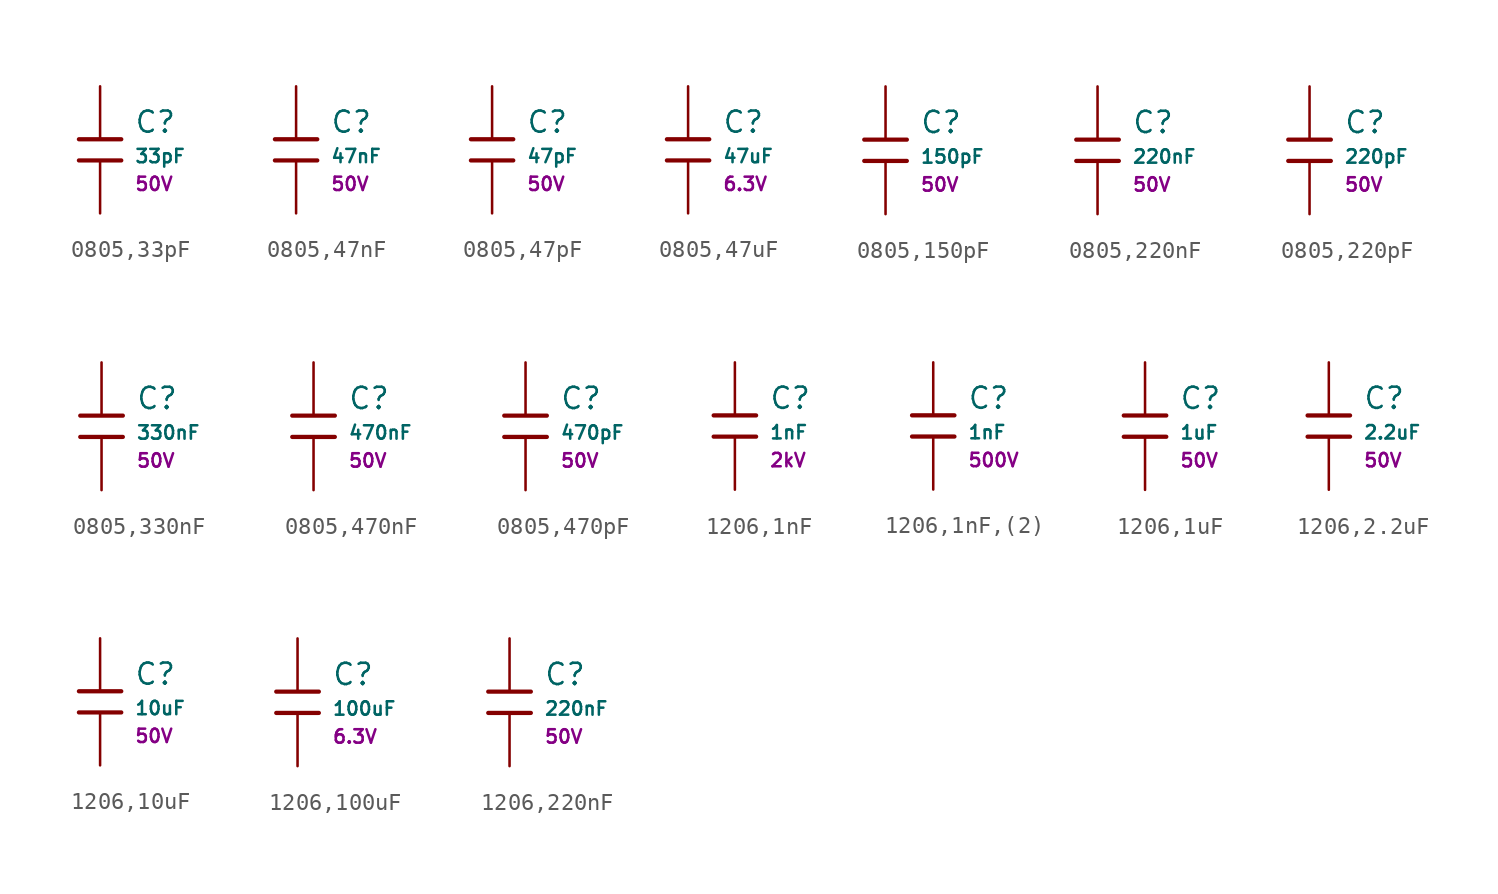
<source format=kicad_sym>
(kicad_symbol_lib
  (version 20231120)
  (generator "CDFER")
  (generator_version "8.0")
  (symbol "0805,33pF"
    (pin_numbers hide)
    (pin_names
      (offset 0))
    (property "Reference" "C"
      (at 2.032 1.668 0)
      (effects (font (size 1.27 1.27)) (justify left)))
    (property "Value" "33pF"
      (at 2.032 -0.378 0)
      (effects (font (size 0.8 0.8)) (justify left)))
    (property "Voltage Rated" "50V"
      (at 2.032 -2.046 0)
      (effects (font (size 0.8 0.8)) (justify left)))
    (symbol "0805,33pF_0_1"
      (polyline (pts (xy -1.27 0.635) (xy 1.27 0.635)) (stroke (width 0.254) (type default)) (fill (type none))))
    (symbol "0805,33pF_0_1"
      (polyline (pts (xy -1.27 -0.635) (xy 1.27 -0.635)) (stroke (width 0.254) (type default)) (fill (type none))))
    (symbol "0805,33pF_1_1"
      (pin passive line (at 0 3.81 270) (length 3.175) (name "~" (effects (font (size 1.27 1.27)))) (number "1" (effects (font (size 1.27 1.27)))))
      (pin passive line (at 0 -3.81 90) (length 3.175) (name "~" (effects (font (size 1.27 1.27)))) (number "2" (effects (font (size 1.27 1.27)))))))
  (symbol "0805,47nF"
    (pin_numbers hide)
    (pin_names
      (offset 0))
    (property "Reference" "C"
      (at 2.032 1.668 0)
      (effects (font (size 1.27 1.27)) (justify left)))
    (property "Value" "47nF"
      (at 2.032 -0.378 0)
      (effects (font (size 0.8 0.8)) (justify left)))
    (property "Voltage Rated" "50V"
      (at 2.032 -2.046 0)
      (effects (font (size 0.8 0.8)) (justify left)))
    (symbol "0805,47nF_0_1"
      (polyline (pts (xy -1.27 0.635) (xy 1.27 0.635)) (stroke (width 0.254) (type default)) (fill (type none))))
    (symbol "0805,47nF_0_1"
      (polyline (pts (xy -1.27 -0.635) (xy 1.27 -0.635)) (stroke (width 0.254) (type default)) (fill (type none))))
    (symbol "0805,47nF_1_1"
      (pin passive line (at 0 3.81 270) (length 3.175) (name "~" (effects (font (size 1.27 1.27)))) (number "1" (effects (font (size 1.27 1.27)))))
      (pin passive line (at 0 -3.81 90) (length 3.175) (name "~" (effects (font (size 1.27 1.27)))) (number "2" (effects (font (size 1.27 1.27)))))))
  (symbol "0805,47pF"
    (pin_numbers hide)
    (pin_names
      (offset 0))
    (property "Reference" "C"
      (at 2.032 1.668 0)
      (effects (font (size 1.27 1.27)) (justify left)))
    (property "Value" "47pF"
      (at 2.032 -0.378 0)
      (effects (font (size 0.8 0.8)) (justify left)))
    (property "Voltage Rated" "50V"
      (at 2.032 -2.046 0)
      (effects (font (size 0.8 0.8)) (justify left)))
    (symbol "0805,47pF_0_1"
      (polyline (pts (xy -1.27 0.635) (xy 1.27 0.635)) (stroke (width 0.254) (type default)) (fill (type none))))
    (symbol "0805,47pF_0_1"
      (polyline (pts (xy -1.27 -0.635) (xy 1.27 -0.635)) (stroke (width 0.254) (type default)) (fill (type none))))
    (symbol "0805,47pF_1_1"
      (pin passive line (at 0 3.81 270) (length 3.175) (name "~" (effects (font (size 1.27 1.27)))) (number "1" (effects (font (size 1.27 1.27)))))
      (pin passive line (at 0 -3.81 90) (length 3.175) (name "~" (effects (font (size 1.27 1.27)))) (number "2" (effects (font (size 1.27 1.27)))))))
  (symbol "0805,47uF"
    (pin_numbers hide)
    (pin_names
      (offset 0))
    (property "Reference" "C"
      (at 2.032 1.668 0)
      (effects (font (size 1.27 1.27)) (justify left)))
    (property "Value" "47uF"
      (at 2.032 -0.378 0)
      (effects (font (size 0.8 0.8)) (justify left)))
    (property "Voltage Rated" "6.3V"
      (at 2.032 -2.046 0)
      (effects (font (size 0.8 0.8)) (justify left)))
    (symbol "0805,47uF_0_1"
      (polyline (pts (xy -1.27 0.635) (xy 1.27 0.635)) (stroke (width 0.254) (type default)) (fill (type none))))
    (symbol "0805,47uF_0_1"
      (polyline (pts (xy -1.27 -0.635) (xy 1.27 -0.635)) (stroke (width 0.254) (type default)) (fill (type none))))
    (symbol "0805,47uF_1_1"
      (pin passive line (at 0 3.81 270) (length 3.175) (name "~" (effects (font (size 1.27 1.27)))) (number "1" (effects (font (size 1.27 1.27)))))
      (pin passive line (at 0 -3.81 90) (length 3.175) (name "~" (effects (font (size 1.27 1.27)))) (number "2" (effects (font (size 1.27 1.27)))))))
  (symbol "0805,150pF"
    (pin_numbers hide)
    (pin_names
      (offset 0))
    (property "Reference" "C"
      (at 2.032 1.668 0)
      (effects (font (size 1.27 1.27)) (justify left)))
    (property "Value" "150pF"
      (at 2.032 -0.378 0)
      (effects (font (size 0.8 0.8)) (justify left)))
    (property "Voltage Rated" "50V"
      (at 2.032 -2.046 0)
      (effects (font (size 0.8 0.8)) (justify left)))
    (symbol "0805,150pF_0_1"
      (polyline (pts (xy -1.27 0.635) (xy 1.27 0.635)) (stroke (width 0.254) (type default)) (fill (type none))))
    (symbol "0805,150pF_0_1"
      (polyline (pts (xy -1.27 -0.635) (xy 1.27 -0.635)) (stroke (width 0.254) (type default)) (fill (type none))))
    (symbol "0805,150pF_1_1"
      (pin passive line (at 0 3.81 270) (length 3.175) (name "~" (effects (font (size 1.27 1.27)))) (number "1" (effects (font (size 1.27 1.27)))))
      (pin passive line (at 0 -3.81 90) (length 3.175) (name "~" (effects (font (size 1.27 1.27)))) (number "2" (effects (font (size 1.27 1.27)))))))
  (symbol "0805,220nF"
    (pin_numbers hide)
    (pin_names
      (offset 0))
    (property "Reference" "C"
      (at 2.032 1.668 0)
      (effects (font (size 1.27 1.27)) (justify left)))
    (property "Value" "220nF"
      (at 2.032 -0.378 0)
      (effects (font (size 0.8 0.8)) (justify left)))
    (property "Voltage Rated" "50V"
      (at 2.032 -2.046 0)
      (effects (font (size 0.8 0.8)) (justify left)))
    (symbol "0805,220nF_0_1"
      (polyline (pts (xy -1.27 0.635) (xy 1.27 0.635)) (stroke (width 0.254) (type default)) (fill (type none))))
    (symbol "0805,220nF_0_1"
      (polyline (pts (xy -1.27 -0.635) (xy 1.27 -0.635)) (stroke (width 0.254) (type default)) (fill (type none))))
    (symbol "0805,220nF_1_1"
      (pin passive line (at 0 3.81 270) (length 3.175) (name "~" (effects (font (size 1.27 1.27)))) (number "1" (effects (font (size 1.27 1.27)))))
      (pin passive line (at 0 -3.81 90) (length 3.175) (name "~" (effects (font (size 1.27 1.27)))) (number "2" (effects (font (size 1.27 1.27)))))))
  (symbol "0805,220pF"
    (pin_numbers hide)
    (pin_names
      (offset 0))
    (property "Reference" "C"
      (at 2.032 1.668 0)
      (effects (font (size 1.27 1.27)) (justify left)))
    (property "Value" "220pF"
      (at 2.032 -0.378 0)
      (effects (font (size 0.8 0.8)) (justify left)))
    (property "Voltage Rated" "50V"
      (at 2.032 -2.046 0)
      (effects (font (size 0.8 0.8)) (justify left)))
    (symbol "0805,220pF_0_1"
      (polyline (pts (xy -1.27 0.635) (xy 1.27 0.635)) (stroke (width 0.254) (type default)) (fill (type none))))
    (symbol "0805,220pF_0_1"
      (polyline (pts (xy -1.27 -0.635) (xy 1.27 -0.635)) (stroke (width 0.254) (type default)) (fill (type none))))
    (symbol "0805,220pF_1_1"
      (pin passive line (at 0 3.81 270) (length 3.175) (name "~" (effects (font (size 1.27 1.27)))) (number "1" (effects (font (size 1.27 1.27)))))
      (pin passive line (at 0 -3.81 90) (length 3.175) (name "~" (effects (font (size 1.27 1.27)))) (number "2" (effects (font (size 1.27 1.27)))))))
  (symbol "0805,330nF"
    (pin_numbers hide)
    (pin_names
      (offset 0))
    (property "Reference" "C"
      (at 2.032 1.668 0)
      (effects (font (size 1.27 1.27)) (justify left)))
    (property "Value" "330nF"
      (at 2.032 -0.378 0)
      (effects (font (size 0.8 0.8)) (justify left)))
    (property "Voltage Rated" "50V"
      (at 2.032 -2.046 0)
      (effects (font (size 0.8 0.8)) (justify left)))
    (symbol "0805,330nF_0_1"
      (polyline (pts (xy -1.27 0.635) (xy 1.27 0.635)) (stroke (width 0.254) (type default)) (fill (type none))))
    (symbol "0805,330nF_0_1"
      (polyline (pts (xy -1.27 -0.635) (xy 1.27 -0.635)) (stroke (width 0.254) (type default)) (fill (type none))))
    (symbol "0805,330nF_1_1"
      (pin passive line (at 0 3.81 270) (length 3.175) (name "~" (effects (font (size 1.27 1.27)))) (number "1" (effects (font (size 1.27 1.27)))))
      (pin passive line (at 0 -3.81 90) (length 3.175) (name "~" (effects (font (size 1.27 1.27)))) (number "2" (effects (font (size 1.27 1.27)))))))
  (symbol "0805,470nF"
    (pin_numbers hide)
    (pin_names
      (offset 0))
    (property "Reference" "C"
      (at 2.032 1.668 0)
      (effects (font (size 1.27 1.27)) (justify left)))
    (property "Value" "470nF"
      (at 2.032 -0.378 0)
      (effects (font (size 0.8 0.8)) (justify left)))
    (property "Voltage Rated" "50V"
      (at 2.032 -2.046 0)
      (effects (font (size 0.8 0.8)) (justify left)))
    (symbol "0805,470nF_0_1"
      (polyline (pts (xy -1.27 0.635) (xy 1.27 0.635)) (stroke (width 0.254) (type default)) (fill (type none))))
    (symbol "0805,470nF_0_1"
      (polyline (pts (xy -1.27 -0.635) (xy 1.27 -0.635)) (stroke (width 0.254) (type default)) (fill (type none))))
    (symbol "0805,470nF_1_1"
      (pin passive line (at 0 3.81 270) (length 3.175) (name "~" (effects (font (size 1.27 1.27)))) (number "1" (effects (font (size 1.27 1.27)))))
      (pin passive line (at 0 -3.81 90) (length 3.175) (name "~" (effects (font (size 1.27 1.27)))) (number "2" (effects (font (size 1.27 1.27)))))))
  (symbol "0805,470pF"
    (pin_numbers hide)
    (pin_names
      (offset 0))
    (property "Reference" "C"
      (at 2.032 1.668 0)
      (effects (font (size 1.27 1.27)) (justify left)))
    (property "Value" "470pF"
      (at 2.032 -0.378 0)
      (effects (font (size 0.8 0.8)) (justify left)))
    (property "Voltage Rated" "50V"
      (at 2.032 -2.046 0)
      (effects (font (size 0.8 0.8)) (justify left)))
    (symbol "0805,470pF_0_1"
      (polyline (pts (xy -1.27 0.635) (xy 1.27 0.635)) (stroke (width 0.254) (type default)) (fill (type none))))
    (symbol "0805,470pF_0_1"
      (polyline (pts (xy -1.27 -0.635) (xy 1.27 -0.635)) (stroke (width 0.254) (type default)) (fill (type none))))
    (symbol "0805,470pF_1_1"
      (pin passive line (at 0 3.81 270) (length 3.175) (name "~" (effects (font (size 1.27 1.27)))) (number "1" (effects (font (size 1.27 1.27)))))
      (pin passive line (at 0 -3.81 90) (length 3.175) (name "~" (effects (font (size 1.27 1.27)))) (number "2" (effects (font (size 1.27 1.27)))))))
  (symbol "1206,1nF"
    (pin_numbers hide)
    (pin_names
      (offset 0))
    (property "Reference" "C"
      (at 2.032 1.668 0)
      (effects (font (size 1.27 1.27)) (justify left)))
    (property "Value" "1nF"
      (at 2.032 -0.378 0)
      (effects (font (size 0.8 0.8)) (justify left)))
    (property "Voltage Rated" "2kV"
      (at 2.032 -2.046 0)
      (effects (font (size 0.8 0.8)) (justify left)))
    (symbol "1206,1nF_0_1"
      (polyline (pts (xy -1.27 0.635) (xy 1.27 0.635)) (stroke (width 0.254) (type default)) (fill (type none))))
    (symbol "1206,1nF_0_1"
      (polyline (pts (xy -1.27 -0.635) (xy 1.27 -0.635)) (stroke (width 0.254) (type default)) (fill (type none))))
    (symbol "1206,1nF_1_1"
      (pin passive line (at 0 3.81 270) (length 3.175) (name "~" (effects (font (size 1.27 1.27)))) (number "1" (effects (font (size 1.27 1.27)))))
      (pin passive line (at 0 -3.81 90) (length 3.175) (name "~" (effects (font (size 1.27 1.27)))) (number "2" (effects (font (size 1.27 1.27)))))))
  (symbol "1206,1nF,(2)"
    (pin_numbers hide)
    (pin_names
      (offset 0))
    (property "Reference" "C"
      (at 2.032 1.668 0)
      (effects (font (size 1.27 1.27)) (justify left)))
    (property "Value" "1nF"
      (at 2.032 -0.378 0)
      (effects (font (size 0.8 0.8)) (justify left)))
    (property "Voltage Rated" "500V"
      (at 2.032 -2.046 0)
      (effects (font (size 0.8 0.8)) (justify left)))
    (symbol "1206,1nF,(2)_0_1"
      (polyline (pts (xy -1.27 0.635) (xy 1.27 0.635)) (stroke (width 0.254) (type default)) (fill (type none))))
    (symbol "1206,1nF,(2)_0_1"
      (polyline (pts (xy -1.27 -0.635) (xy 1.27 -0.635)) (stroke (width 0.254) (type default)) (fill (type none))))
    (symbol "1206,1nF,(2)_1_1"
      (pin passive line (at 0 3.81 270) (length 3.175) (name "~" (effects (font (size 1.27 1.27)))) (number "1" (effects (font (size 1.27 1.27)))))
      (pin passive line (at 0 -3.81 90) (length 3.175) (name "~" (effects (font (size 1.27 1.27)))) (number "2" (effects (font (size 1.27 1.27)))))))
  (symbol "1206,1uF"
    (pin_numbers hide)
    (pin_names
      (offset 0))
    (property "Reference" "C"
      (at 2.032 1.668 0)
      (effects (font (size 1.27 1.27)) (justify left)))
    (property "Value" "1uF"
      (at 2.032 -0.378 0)
      (effects (font (size 0.8 0.8)) (justify left)))
    (property "Voltage Rated" "50V"
      (at 2.032 -2.046 0)
      (effects (font (size 0.8 0.8)) (justify left)))
    (symbol "1206,1uF_0_1"
      (polyline (pts (xy -1.27 0.635) (xy 1.27 0.635)) (stroke (width 0.254) (type default)) (fill (type none))))
    (symbol "1206,1uF_0_1"
      (polyline (pts (xy -1.27 -0.635) (xy 1.27 -0.635)) (stroke (width 0.254) (type default)) (fill (type none))))
    (symbol "1206,1uF_1_1"
      (pin passive line (at 0 3.81 270) (length 3.175) (name "~" (effects (font (size 1.27 1.27)))) (number "1" (effects (font (size 1.27 1.27)))))
      (pin passive line (at 0 -3.81 90) (length 3.175) (name "~" (effects (font (size 1.27 1.27)))) (number "2" (effects (font (size 1.27 1.27)))))))
  (symbol "1206,2.2uF"
    (pin_numbers hide)
    (pin_names
      (offset 0))
    (property "Reference" "C"
      (at 2.032 1.668 0)
      (effects (font (size 1.27 1.27)) (justify left)))
    (property "Value" "2.2uF"
      (at 2.032 -0.378 0)
      (effects (font (size 0.8 0.8)) (justify left)))
    (property "Voltage Rated" "50V"
      (at 2.032 -2.046 0)
      (effects (font (size 0.8 0.8)) (justify left)))
    (symbol "1206,2.2uF_0_1"
      (polyline (pts (xy -1.27 0.635) (xy 1.27 0.635)) (stroke (width 0.254) (type default)) (fill (type none))))
    (symbol "1206,2.2uF_0_1"
      (polyline (pts (xy -1.27 -0.635) (xy 1.27 -0.635)) (stroke (width 0.254) (type default)) (fill (type none))))
    (symbol "1206,2.2uF_1_1"
      (pin passive line (at 0 3.81 270) (length 3.175) (name "~" (effects (font (size 1.27 1.27)))) (number "1" (effects (font (size 1.27 1.27)))))
      (pin passive line (at 0 -3.81 90) (length 3.175) (name "~" (effects (font (size 1.27 1.27)))) (number "2" (effects (font (size 1.27 1.27)))))))
  (symbol "1206,10uF"
    (pin_numbers hide)
    (pin_names
      (offset 0))
    (property "Reference" "C"
      (at 2.032 1.668 0)
      (effects (font (size 1.27 1.27)) (justify left)))
    (property "Value" "10uF"
      (at 2.032 -0.378 0)
      (effects (font (size 0.8 0.8)) (justify left)))
    (property "Voltage Rated" "50V"
      (at 2.032 -2.046 0)
      (effects (font (size 0.8 0.8)) (justify left)))
    (symbol "1206,10uF_0_1"
      (polyline (pts (xy -1.27 0.635) (xy 1.27 0.635)) (stroke (width 0.254) (type default)) (fill (type none))))
    (symbol "1206,10uF_0_1"
      (polyline (pts (xy -1.27 -0.635) (xy 1.27 -0.635)) (stroke (width 0.254) (type default)) (fill (type none))))
    (symbol "1206,10uF_1_1"
      (pin passive line (at 0 3.81 270) (length 3.175) (name "~" (effects (font (size 1.27 1.27)))) (number "1" (effects (font (size 1.27 1.27)))))
      (pin passive line (at 0 -3.81 90) (length 3.175) (name "~" (effects (font (size 1.27 1.27)))) (number "2" (effects (font (size 1.27 1.27)))))))
  (symbol "1206,100uF"
    (pin_numbers hide)
    (pin_names
      (offset 0))
    (property "Reference" "C"
      (at 2.032 1.668 0)
      (effects (font (size 1.27 1.27)) (justify left)))
    (property "Value" "100uF"
      (at 2.032 -0.378 0)
      (effects (font (size 0.8 0.8)) (justify left)))
    (property "Voltage Rated" "6.3V"
      (at 2.032 -2.046 0)
      (effects (font (size 0.8 0.8)) (justify left)))
    (symbol "1206,100uF_0_1"
      (polyline (pts (xy -1.27 0.635) (xy 1.27 0.635)) (stroke (width 0.254) (type default)) (fill (type none))))
    (symbol "1206,100uF_0_1"
      (polyline (pts (xy -1.27 -0.635) (xy 1.27 -0.635)) (stroke (width 0.254) (type default)) (fill (type none))))
    (symbol "1206,100uF_1_1"
      (pin passive line (at 0 3.81 270) (length 3.175) (name "~" (effects (font (size 1.27 1.27)))) (number "1" (effects (font (size 1.27 1.27)))))
      (pin passive line (at 0 -3.81 90) (length 3.175) (name "~" (effects (font (size 1.27 1.27)))) (number "2" (effects (font (size 1.27 1.27)))))))
  (symbol "1206,220nF"
    (pin_numbers hide)
    (pin_names
      (offset 0))
    (property "Reference" "C"
      (at 2.032 1.668 0)
      (effects (font (size 1.27 1.27)) (justify left)))
    (property "Value" "220nF"
      (at 2.032 -0.378 0)
      (effects (font (size 0.8 0.8)) (justify left)))
    (property "Voltage Rated" "50V"
      (at 2.032 -2.046 0)
      (effects (font (size 0.8 0.8)) (justify left)))
    (symbol "1206,220nF_0_1"
      (polyline (pts (xy -1.27 0.635) (xy 1.27 0.635)) (stroke (width 0.254) (type default)) (fill (type none))))
    (symbol "1206,220nF_0_1"
      (polyline (pts (xy -1.27 -0.635) (xy 1.27 -0.635)) (stroke (width 0.254) (type default)) (fill (type none))))
    (symbol "1206,220nF_1_1"
      (pin passive line (at 0 3.81 270) (length 3.175) (name "~" (effects (font (size 1.27 1.27)))) (number "1" (effects (font (size 1.27 1.27)))))
      (pin passive line (at 0 -3.81 90) (length 3.175) (name "~" (effects (font (size 1.27 1.27)))) (number "2" (effects (font (size 1.27 1.27))))))))
</source>
